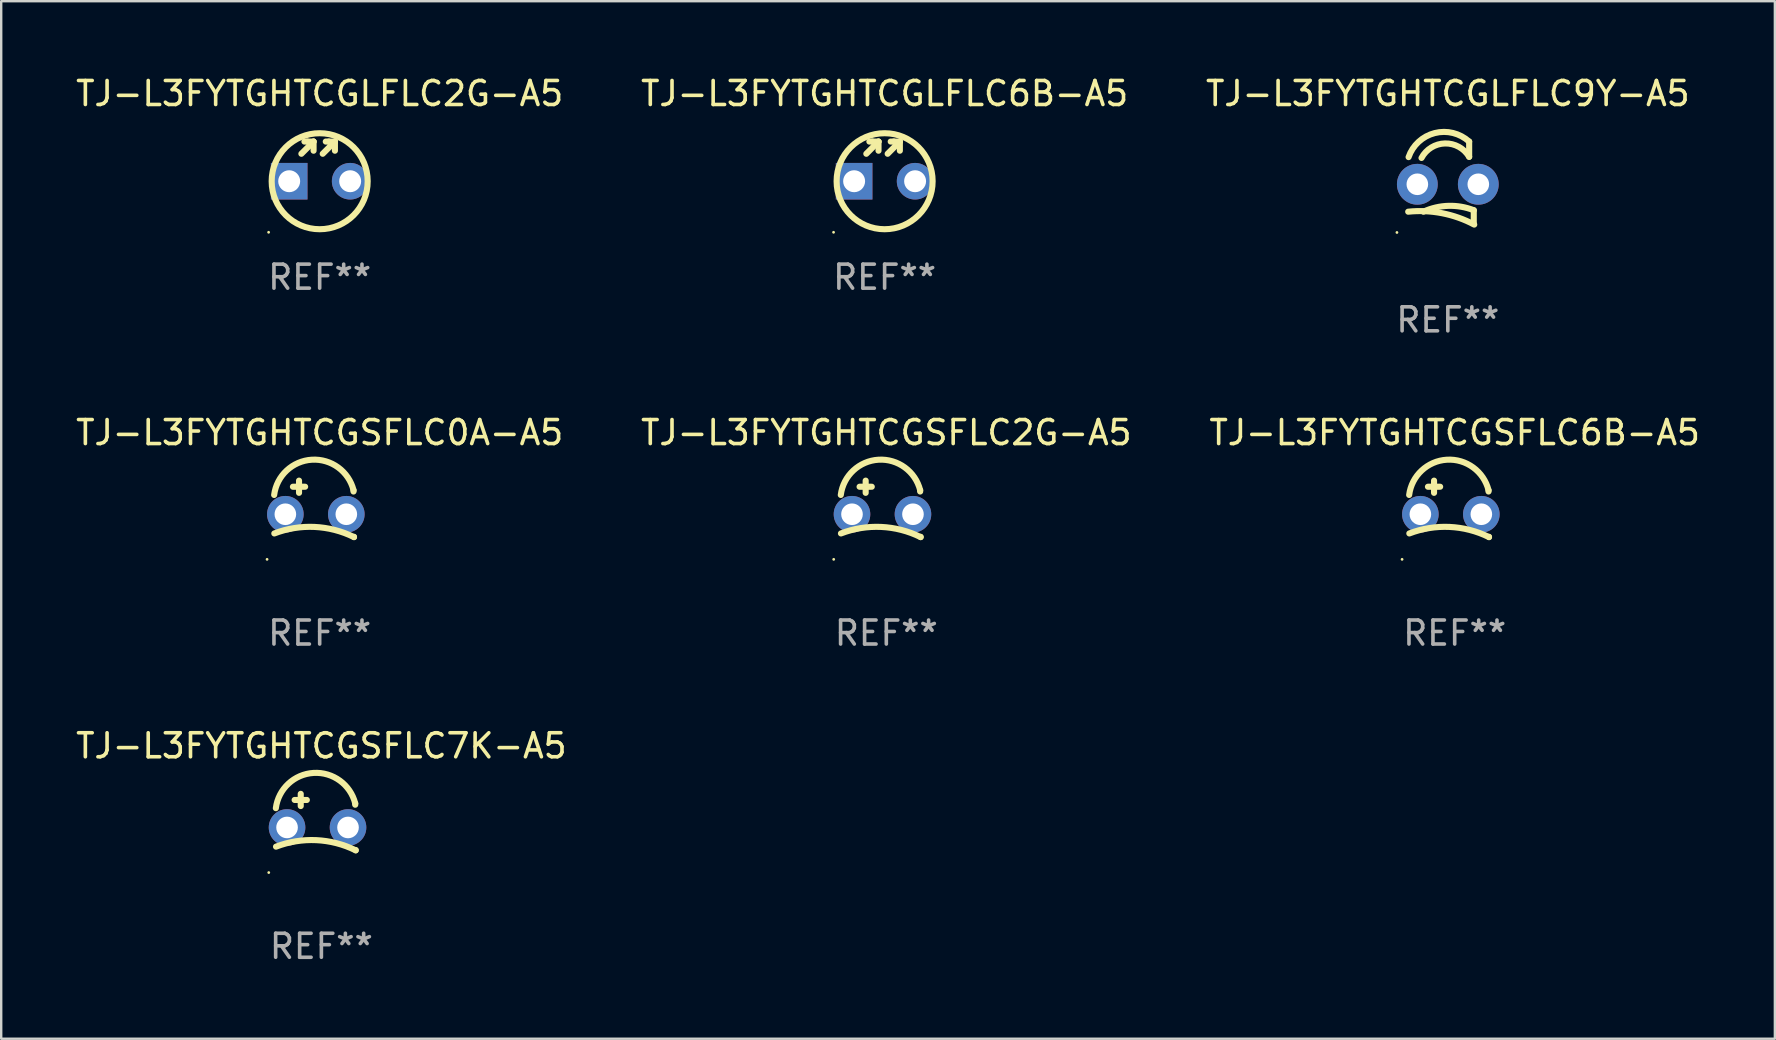
<source format=kicad_pcb>
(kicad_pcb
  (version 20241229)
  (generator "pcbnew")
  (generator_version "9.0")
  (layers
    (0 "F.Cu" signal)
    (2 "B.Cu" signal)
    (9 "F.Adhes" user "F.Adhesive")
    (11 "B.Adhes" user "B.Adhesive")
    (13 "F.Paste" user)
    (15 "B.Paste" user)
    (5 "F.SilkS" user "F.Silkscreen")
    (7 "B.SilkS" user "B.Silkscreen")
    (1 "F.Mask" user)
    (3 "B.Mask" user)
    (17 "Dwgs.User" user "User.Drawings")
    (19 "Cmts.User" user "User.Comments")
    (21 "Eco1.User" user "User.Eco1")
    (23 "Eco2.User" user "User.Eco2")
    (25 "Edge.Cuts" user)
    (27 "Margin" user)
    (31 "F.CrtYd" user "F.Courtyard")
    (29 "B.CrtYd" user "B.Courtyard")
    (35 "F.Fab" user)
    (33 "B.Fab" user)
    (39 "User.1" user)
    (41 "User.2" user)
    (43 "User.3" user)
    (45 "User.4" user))
  (footprint "TJ-L3FYTGHTCGSFLC7K-A5"
    (layer "F.Cu")
    (at 10.339 31.199)
    (property "Reference" "TJ-L3FYTGHTCGSFLC7K-A5" (at 0 -3.176 0) (layer "F.SilkS") (effects (font (size 1 1) (thickness 0.15))))
    (attr through_hole)
    (fp_line (start -1.114 -0.922) (end -0.606 -0.922) (stroke (width 0.254) (type solid)) (layer "F.SilkS"))
    (fp_line (start -0.86 -1.176) (end -0.86 -0.668) (stroke (width 0.254) (type solid)) (layer "F.SilkS"))
    (fp_line (start 1.41 -0.776) (end 1.41 -0.723) (stroke (width 0.254) (type solid)) (layer "F.SilkS"))
    (fp_line (start 1.43 1.176) (end 1.43 1.164) (stroke (width 0.254) (type solid)) (layer "F.SilkS"))
    (fp_arc (start -1.896915 -0.579704) (mid -0.324751 -2.048067) (end 1.4103 -0.776302) (stroke (width 0.254001) (type solid)) (layer "F.SilkS"))
    (fp_arc (start -1.8897 1.023698) (mid -0.214006 0.752438) (end 1.429731 1.176302) (stroke (width 0.254001) (type solid)) (layer "F.SilkS"))
    (fp_circle (center -2.192 2.103) (end -2.162 2.103) (stroke (width 0.06) (type solid)) (fill no) (layer "F.SilkS"))
    (fp_text user "REF**" (at 0 5.176 0) (layer "F.Fab") (effects (font (size 1 1) (thickness 0.15))))
    (pad "1" thru_hole circle (at -1.43 0.224) (size 1.524 1.524) (drill 0.9) (layers "*.Cu" "*.Mask"))
    (pad "2" thru_hole circle (at 1.11 0.224) (size 1.524 1.524) (drill 0.9) (layers "*.Cu" "*.Mask")))
  (footprint "TJ-L3FYTGHTCGSFLC2G-A5"
    (layer "F.Cu")
    (at 33.875 18.15)
    (property "Reference" "TJ-L3FYTGHTCGSFLC2G-A5" (at 0 -3.176 0) (layer "F.SilkS") (effects (font (size 1 1) (thickness 0.15))))
    (attr through_hole)
    (fp_line (start -1.114 -0.922) (end -0.606 -0.922) (stroke (width 0.254) (type solid)) (layer "F.SilkS"))
    (fp_line (start -0.86 -1.176) (end -0.86 -0.668) (stroke (width 0.254) (type solid)) (layer "F.SilkS"))
    (fp_line (start 1.41 -0.776) (end 1.41 -0.723) (stroke (width 0.254) (type solid)) (layer "F.SilkS"))
    (fp_line (start 1.43 1.176) (end 1.43 1.164) (stroke (width 0.254) (type solid)) (layer "F.SilkS"))
    (fp_arc (start -1.896915 -0.579704) (mid -0.324751 -2.048067) (end 1.4103 -0.776302) (stroke (width 0.254001) (type solid)) (layer "F.SilkS"))
    (fp_arc (start -1.8897 1.023698) (mid -0.214006 0.752438) (end 1.429731 1.176302) (stroke (width 0.254001) (type solid)) (layer "F.SilkS"))
    (fp_circle (center -2.192 2.103) (end -2.162 2.103) (stroke (width 0.06) (type solid)) (fill no) (layer "F.SilkS"))
    (fp_text user "REF**" (at 0 5.176 0) (layer "F.Fab") (effects (font (size 1 1) (thickness 0.15))))
    (pad "1" thru_hole circle (at -1.43 0.224) (size 1.524 1.524) (drill 0.9) (layers "*.Cu" "*.Mask"))
    (pad "2" thru_hole circle (at 1.11 0.224) (size 1.524 1.524) (drill 0.9) (layers "*.Cu" "*.Mask")))
  (footprint "TJ-L3FYTGHTCGLFLC9Y-A5"
    (layer "F.Cu")
    (at 57.268 4.563)
    (property "Reference" "TJ-L3FYTGHTCGLFLC9Y-A5" (at 0 -3.715 0) (layer "F.SilkS") (effects (font (size 1 1) (thickness 0.15))))
    (attr through_hole)
    (fp_line (start 0.889 -1.08) (end 0.889 -1.715) (stroke (width 0.254) (type solid)) (layer "F.SilkS"))
    (fp_line (start 1.081 1.145) (end 1.081 1.715) (stroke (width 0.254) (type solid)) (layer "F.SilkS"))
    (fp_arc (start -1.651003 1.206502) (mid -0.235595 1.270962) (end 1.100229 1.743307) (stroke (width 0.254001) (type solid)) (layer "F.SilkS"))
    (fp_arc (start -1.634417 -1.068022) (mid -0.54636 -2.069084) (end 0.889002 -1.714503) (stroke (width 0.254001) (type solid)) (layer "F.SilkS"))
    (fp_arc (start -1.09619 -1.03269) (mid -0.117284 -1.636677) (end 0.889002 -1.079502) (stroke (width 0.254001) (type solid)) (layer "F.SilkS"))
    (fp_arc (start -1.016002 1.206502) (mid 0.026416 0.962631) (end 1.081357 1.144856) (stroke (width 0.254001) (type solid)) (layer "F.SilkS"))
    (fp_circle (center -2.12 2.072) (end -2.09 2.072) (stroke (width 0.06) (type solid)) (fill no) (layer "F.SilkS"))
    (fp_text user "REF**" (at 0 5.715 0) (layer "F.Fab") (effects (font (size 1 1) (thickness 0.15))))
    (pad "1" thru_hole circle (at -1.27 0.064) (size 1.7 1.7) (drill 0.9) (layers "*.Cu" "*.Mask"))
    (pad "2" thru_hole circle (at 1.27 0.064) (size 1.7 1.7) (drill 0.9) (layers "*.Cu" "*.Mask")))
  (footprint "TJ-L3FYTGHTCGLFLC2G-A5"
    (layer "F.Cu")
    (at 10.268 3.674)
    (property "Reference" "TJ-L3FYTGHTCGLFLC2G-A5" (at 0 -2.826 0) (layer "F.SilkS") (effects (font (size 1 1) (thickness 0.15))))
    (attr through_hole)
    (fp_line (start -0.762 -0.318) (end -0.254 -0.826) (stroke (width 0.254) (type solid)) (layer "F.SilkS"))
    (fp_line (start -0.508 -0.826) (end -0.635 -0.826) (stroke (width 0.254) (type solid)) (layer "F.SilkS"))
    (fp_line (start -0.254 -0.826) (end -0.508 -0.826) (stroke (width 0.254) (type solid)) (layer "F.SilkS"))
    (fp_line (start -0.254 -0.826) (end -0.254 -0.445) (stroke (width 0.254) (type solid)) (layer "F.SilkS"))
    (fp_line (start 0.127 -0.318) (end 0.635 -0.826) (stroke (width 0.254) (type solid)) (layer "F.SilkS"))
    (fp_line (start 0.381 -0.826) (end 0.254 -0.826) (stroke (width 0.254) (type solid)) (layer "F.SilkS"))
    (fp_line (start 0.635 -0.826) (end 0.381 -0.826) (stroke (width 0.254) (type solid)) (layer "F.SilkS"))
    (fp_line (start 0.635 -0.826) (end 0.635 -0.445) (stroke (width 0.254) (type solid)) (layer "F.SilkS"))
    (fp_circle (center -2.127 2.953) (end -2.097 2.953) (stroke (width 0.06) (type solid)) (fill no) (layer "F.SilkS"))
    (fp_circle (center 0 0.826) (end 2 0.826) (stroke (width 0.254) (type solid)) (fill no) (layer "F.SilkS"))
    (fp_text user "REF**" (at 0 4.826 0) (layer "F.Fab") (effects (font (size 1 1) (thickness 0.15))))
    (pad "1" thru_hole rect (at -1.27 0.826) (size 1.524 1.524) (drill 0.914) (layers "*.Cu" "*.Mask"))
    (pad "2" thru_hole circle (at 1.27 0.826) (size 1.524 1.524) (drill 0.914) (layers "*.Cu" "*.Mask")))
  (footprint "TJ-L3FYTGHTCGSFLC0A-A5"
    (layer "F.Cu")
    (at 10.268 18.15)
    (property "Reference" "TJ-L3FYTGHTCGSFLC0A-A5" (at 0 -3.176 0) (layer "F.SilkS") (effects (font (size 1 1) (thickness 0.15))))
    (attr through_hole)
    (fp_line (start -1.114 -0.922) (end -0.606 -0.922) (stroke (width 0.254) (type solid)) (layer "F.SilkS"))
    (fp_line (start -0.86 -1.176) (end -0.86 -0.668) (stroke (width 0.254) (type solid)) (layer "F.SilkS"))
    (fp_line (start 1.41 -0.776) (end 1.41 -0.723) (stroke (width 0.254) (type solid)) (layer "F.SilkS"))
    (fp_line (start 1.43 1.176) (end 1.43 1.164) (stroke (width 0.254) (type solid)) (layer "F.SilkS"))
    (fp_arc (start -1.896915 -0.579704) (mid -0.324751 -2.048067) (end 1.4103 -0.776302) (stroke (width 0.254001) (type solid)) (layer "F.SilkS"))
    (fp_arc (start -1.8897 1.023698) (mid -0.214006 0.752438) (end 1.429731 1.176302) (stroke (width 0.254001) (type solid)) (layer "F.SilkS"))
    (fp_circle (center -2.192 2.103) (end -2.162 2.103) (stroke (width 0.06) (type solid)) (fill no) (layer "F.SilkS"))
    (fp_text user "REF**" (at 0 5.176 0) (layer "F.Fab") (effects (font (size 1 1) (thickness 0.15))))
    (pad "1" thru_hole circle (at -1.43 0.224) (size 1.524 1.524) (drill 0.9) (layers "*.Cu" "*.Mask"))
    (pad "2" thru_hole circle (at 1.11 0.224) (size 1.524 1.524) (drill 0.9) (layers "*.Cu" "*.Mask")))
  (footprint "TJ-L3FYTGHTCGSFLC6B-A5"
    (layer "F.Cu")
    (at 57.554 18.15)
    (property "Reference" "TJ-L3FYTGHTCGSFLC6B-A5" (at 0 -3.176 0) (layer "F.SilkS") (effects (font (size 1 1) (thickness 0.15))))
    (attr through_hole)
    (fp_line (start -1.114 -0.922) (end -0.606 -0.922) (stroke (width 0.254) (type solid)) (layer "F.SilkS"))
    (fp_line (start -0.86 -1.176) (end -0.86 -0.668) (stroke (width 0.254) (type solid)) (layer "F.SilkS"))
    (fp_line (start 1.41 -0.776) (end 1.41 -0.723) (stroke (width 0.254) (type solid)) (layer "F.SilkS"))
    (fp_line (start 1.43 1.176) (end 1.43 1.164) (stroke (width 0.254) (type solid)) (layer "F.SilkS"))
    (fp_arc (start -1.896915 -0.579704) (mid -0.324751 -2.048067) (end 1.4103 -0.776302) (stroke (width 0.254001) (type solid)) (layer "F.SilkS"))
    (fp_arc (start -1.8897 1.023698) (mid -0.214006 0.752438) (end 1.429731 1.176302) (stroke (width 0.254001) (type solid)) (layer "F.SilkS"))
    (fp_circle (center -2.192 2.103) (end -2.162 2.103) (stroke (width 0.06) (type solid)) (fill no) (layer "F.SilkS"))
    (fp_text user "REF**" (at 0 5.176 0) (layer "F.Fab") (effects (font (size 1 1) (thickness 0.15))))
    (pad "1" thru_hole circle (at -1.43 0.224) (size 1.524 1.524) (drill 0.9) (layers "*.Cu" "*.Mask"))
    (pad "2" thru_hole circle (at 1.11 0.224) (size 1.524 1.524) (drill 0.9) (layers "*.Cu" "*.Mask")))
  (footprint "TJ-L3FYTGHTCGLFLC6B-A5"
    (layer "F.Cu")
    (at 33.804 3.674)
    (property "Reference" "TJ-L3FYTGHTCGLFLC6B-A5" (at 0 -2.826 0) (layer "F.SilkS") (effects (font (size 1 1) (thickness 0.15))))
    (attr through_hole)
    (fp_line (start -0.762 -0.318) (end -0.254 -0.826) (stroke (width 0.254) (type solid)) (layer "F.SilkS"))
    (fp_line (start -0.508 -0.826) (end -0.635 -0.826) (stroke (width 0.254) (type solid)) (layer "F.SilkS"))
    (fp_line (start -0.254 -0.826) (end -0.508 -0.826) (stroke (width 0.254) (type solid)) (layer "F.SilkS"))
    (fp_line (start -0.254 -0.826) (end -0.254 -0.445) (stroke (width 0.254) (type solid)) (layer "F.SilkS"))
    (fp_line (start 0.127 -0.318) (end 0.635 -0.826) (stroke (width 0.254) (type solid)) (layer "F.SilkS"))
    (fp_line (start 0.381 -0.826) (end 0.254 -0.826) (stroke (width 0.254) (type solid)) (layer "F.SilkS"))
    (fp_line (start 0.635 -0.826) (end 0.381 -0.826) (stroke (width 0.254) (type solid)) (layer "F.SilkS"))
    (fp_line (start 0.635 -0.826) (end 0.635 -0.445) (stroke (width 0.254) (type solid)) (layer "F.SilkS"))
    (fp_circle (center -2.127 2.953) (end -2.097 2.953) (stroke (width 0.06) (type solid)) (fill no) (layer "F.SilkS"))
    (fp_circle (center 0 0.826) (end 2 0.826) (stroke (width 0.254) (type solid)) (fill no) (layer "F.SilkS"))
    (fp_text user "REF**" (at 0 4.826 0) (layer "F.Fab") (effects (font (size 1 1) (thickness 0.15))))
    (pad "1" thru_hole rect (at -1.27 0.826) (size 1.524 1.524) (drill 0.914) (layers "*.Cu" "*.Mask"))
    (pad "2" thru_hole circle (at 1.27 0.826) (size 1.524 1.524) (drill 0.914) (layers "*.Cu" "*.Mask")))
  (gr_rect
    (start -3 -3)
    (end 70.893 40.224)
    (stroke (width 0.1) (type default))
    (fill no)
    (layer "Edge.Cuts")))
</source>
